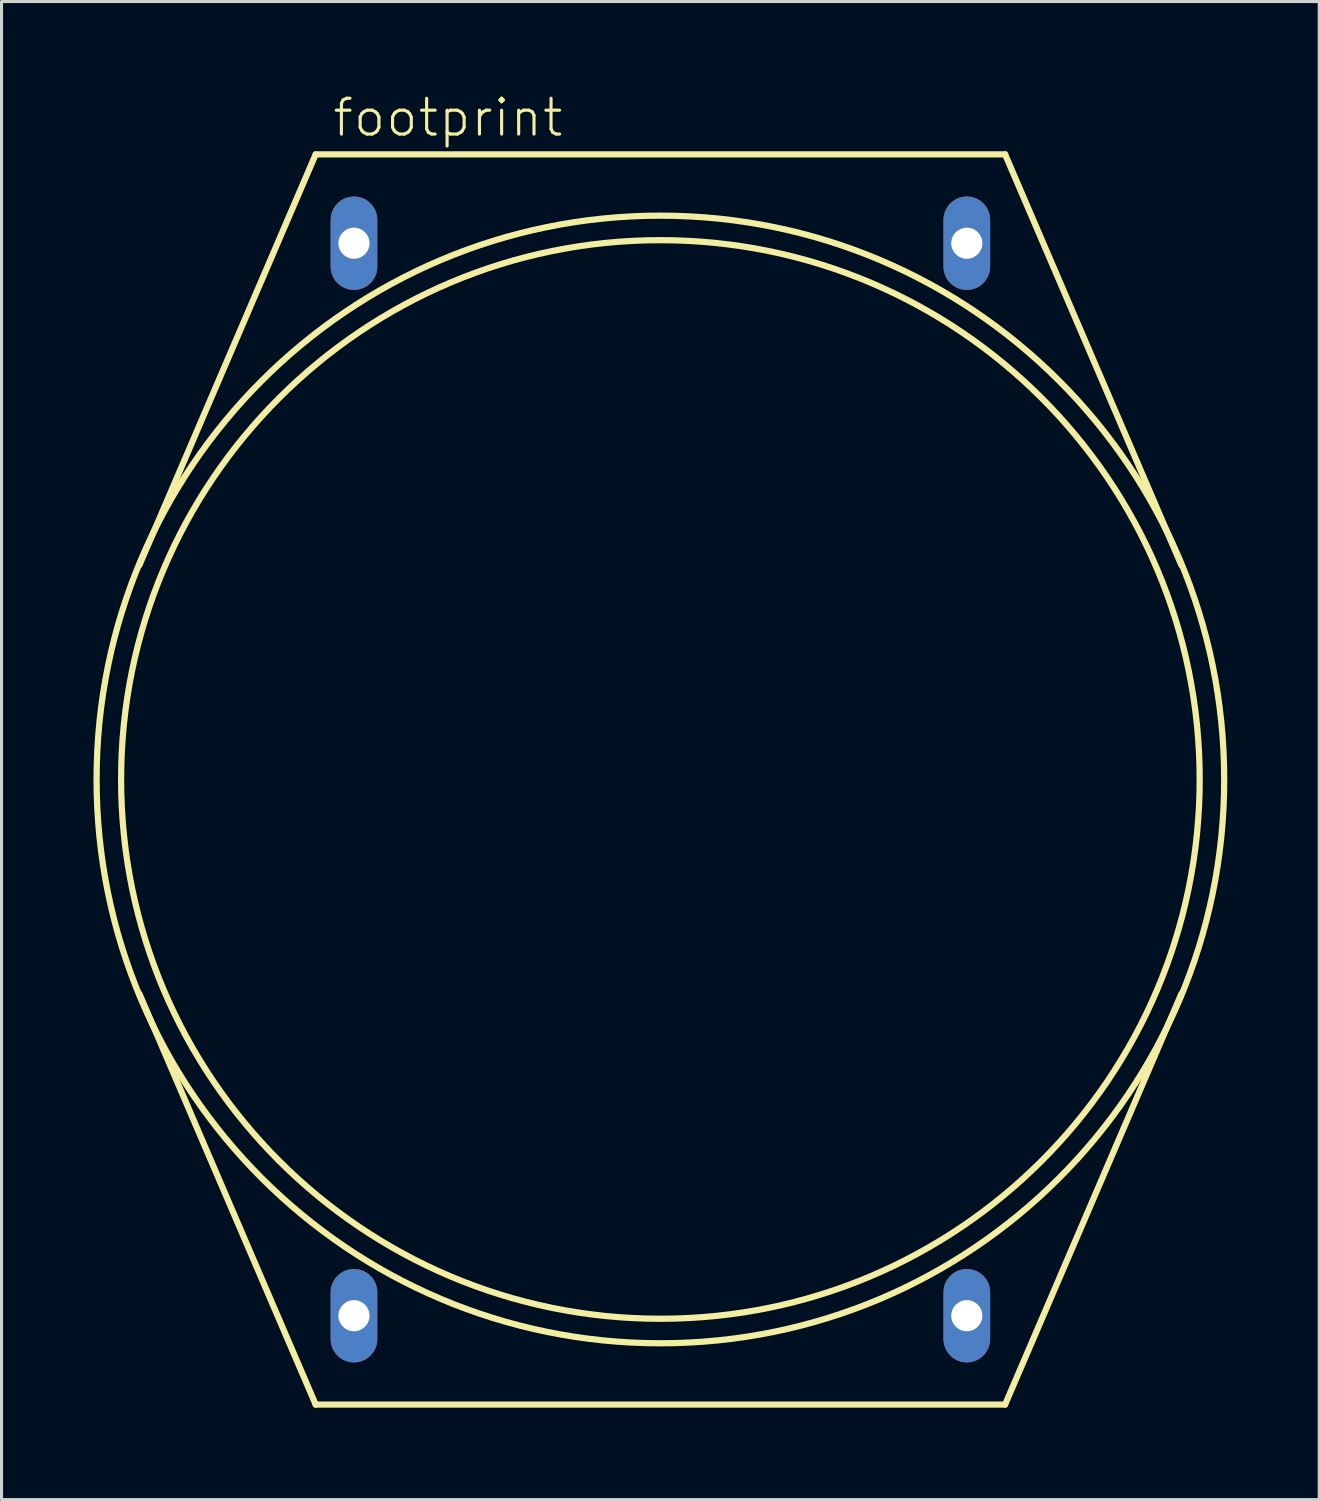
<source format=kicad_pcb>
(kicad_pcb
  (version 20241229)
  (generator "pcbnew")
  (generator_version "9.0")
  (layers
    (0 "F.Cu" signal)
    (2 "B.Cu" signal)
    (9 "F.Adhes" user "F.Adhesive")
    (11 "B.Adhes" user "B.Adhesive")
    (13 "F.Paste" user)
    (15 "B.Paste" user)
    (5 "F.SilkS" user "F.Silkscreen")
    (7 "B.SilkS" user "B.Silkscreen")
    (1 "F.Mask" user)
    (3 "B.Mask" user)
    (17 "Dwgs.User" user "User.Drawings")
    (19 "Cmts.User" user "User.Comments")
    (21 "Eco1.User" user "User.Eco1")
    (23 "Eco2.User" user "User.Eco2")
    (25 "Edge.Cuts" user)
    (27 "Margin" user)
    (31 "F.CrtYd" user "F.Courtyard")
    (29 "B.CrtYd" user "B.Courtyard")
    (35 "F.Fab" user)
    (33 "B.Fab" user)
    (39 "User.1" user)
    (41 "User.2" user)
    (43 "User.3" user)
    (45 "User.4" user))
  (footprint "footprint"
    (layer "F.Cu")
    (at 18.502 22.388)
    (property "Reference" "footprint" (at -10.755 -20.915 0) (layer "F.SilkS") (effects (font (size 1.168 1.168) (thickness 0.102)) (justify left bottom)))
    (fp_line (start -17 -7) (end -11.25 -20.4) (stroke (width 0.203) (type solid)) (layer "F.SilkS"))
    (fp_line (start -11.25 -20.4) (end 11.25 -20.4) (stroke (width 0.203) (type solid)) (layer "F.SilkS"))
    (fp_line (start -11.25 20.4) (end -17 7) (stroke (width 0.203) (type solid)) (layer "F.SilkS"))
    (fp_line (start 11.25 -20.4) (end 17 -7) (stroke (width 0.203) (type solid)) (layer "F.SilkS"))
    (fp_line (start 11.25 20.4) (end -11.25 20.4) (stroke (width 0.203) (type solid)) (layer "F.SilkS"))
    (fp_line (start 17 7) (end 11.25 20.4) (stroke (width 0.203) (type solid)) (layer "F.SilkS"))
    (fp_circle (center 0 0) (end 17.6 0) (stroke (width 0.203) (type solid)) (fill no) (layer "F.SilkS"))
    (fp_circle (center 0 0) (end 18.4 0) (stroke (width 0.203) (type solid)) (fill no) (layer "F.SilkS"))
    (pad "1" thru_hole oval (at -10 -17.5 90) (size 3.048 1.524) (drill 1.016) (layers "*.Cu" "*.Mask"))
    (pad "2" thru_hole oval (at -10 17.5 90) (size 3.048 1.524) (drill 1.016) (layers "*.Cu" "*.Mask"))
    (pad "3" thru_hole oval (at 10 17.5 90) (size 3.048 1.524) (drill 1.016) (layers "*.Cu" "*.Mask"))
    (pad "4" thru_hole oval (at 10 -17.5 90) (size 3.048 1.524) (drill 1.016) (layers "*.Cu" "*.Mask")))
  (gr_rect
    (start -3 -3)
    (end 40.003 45.89)
    (stroke (width 0.1) (type default))
    (fill no)
    (layer "Edge.Cuts")))
</source>
